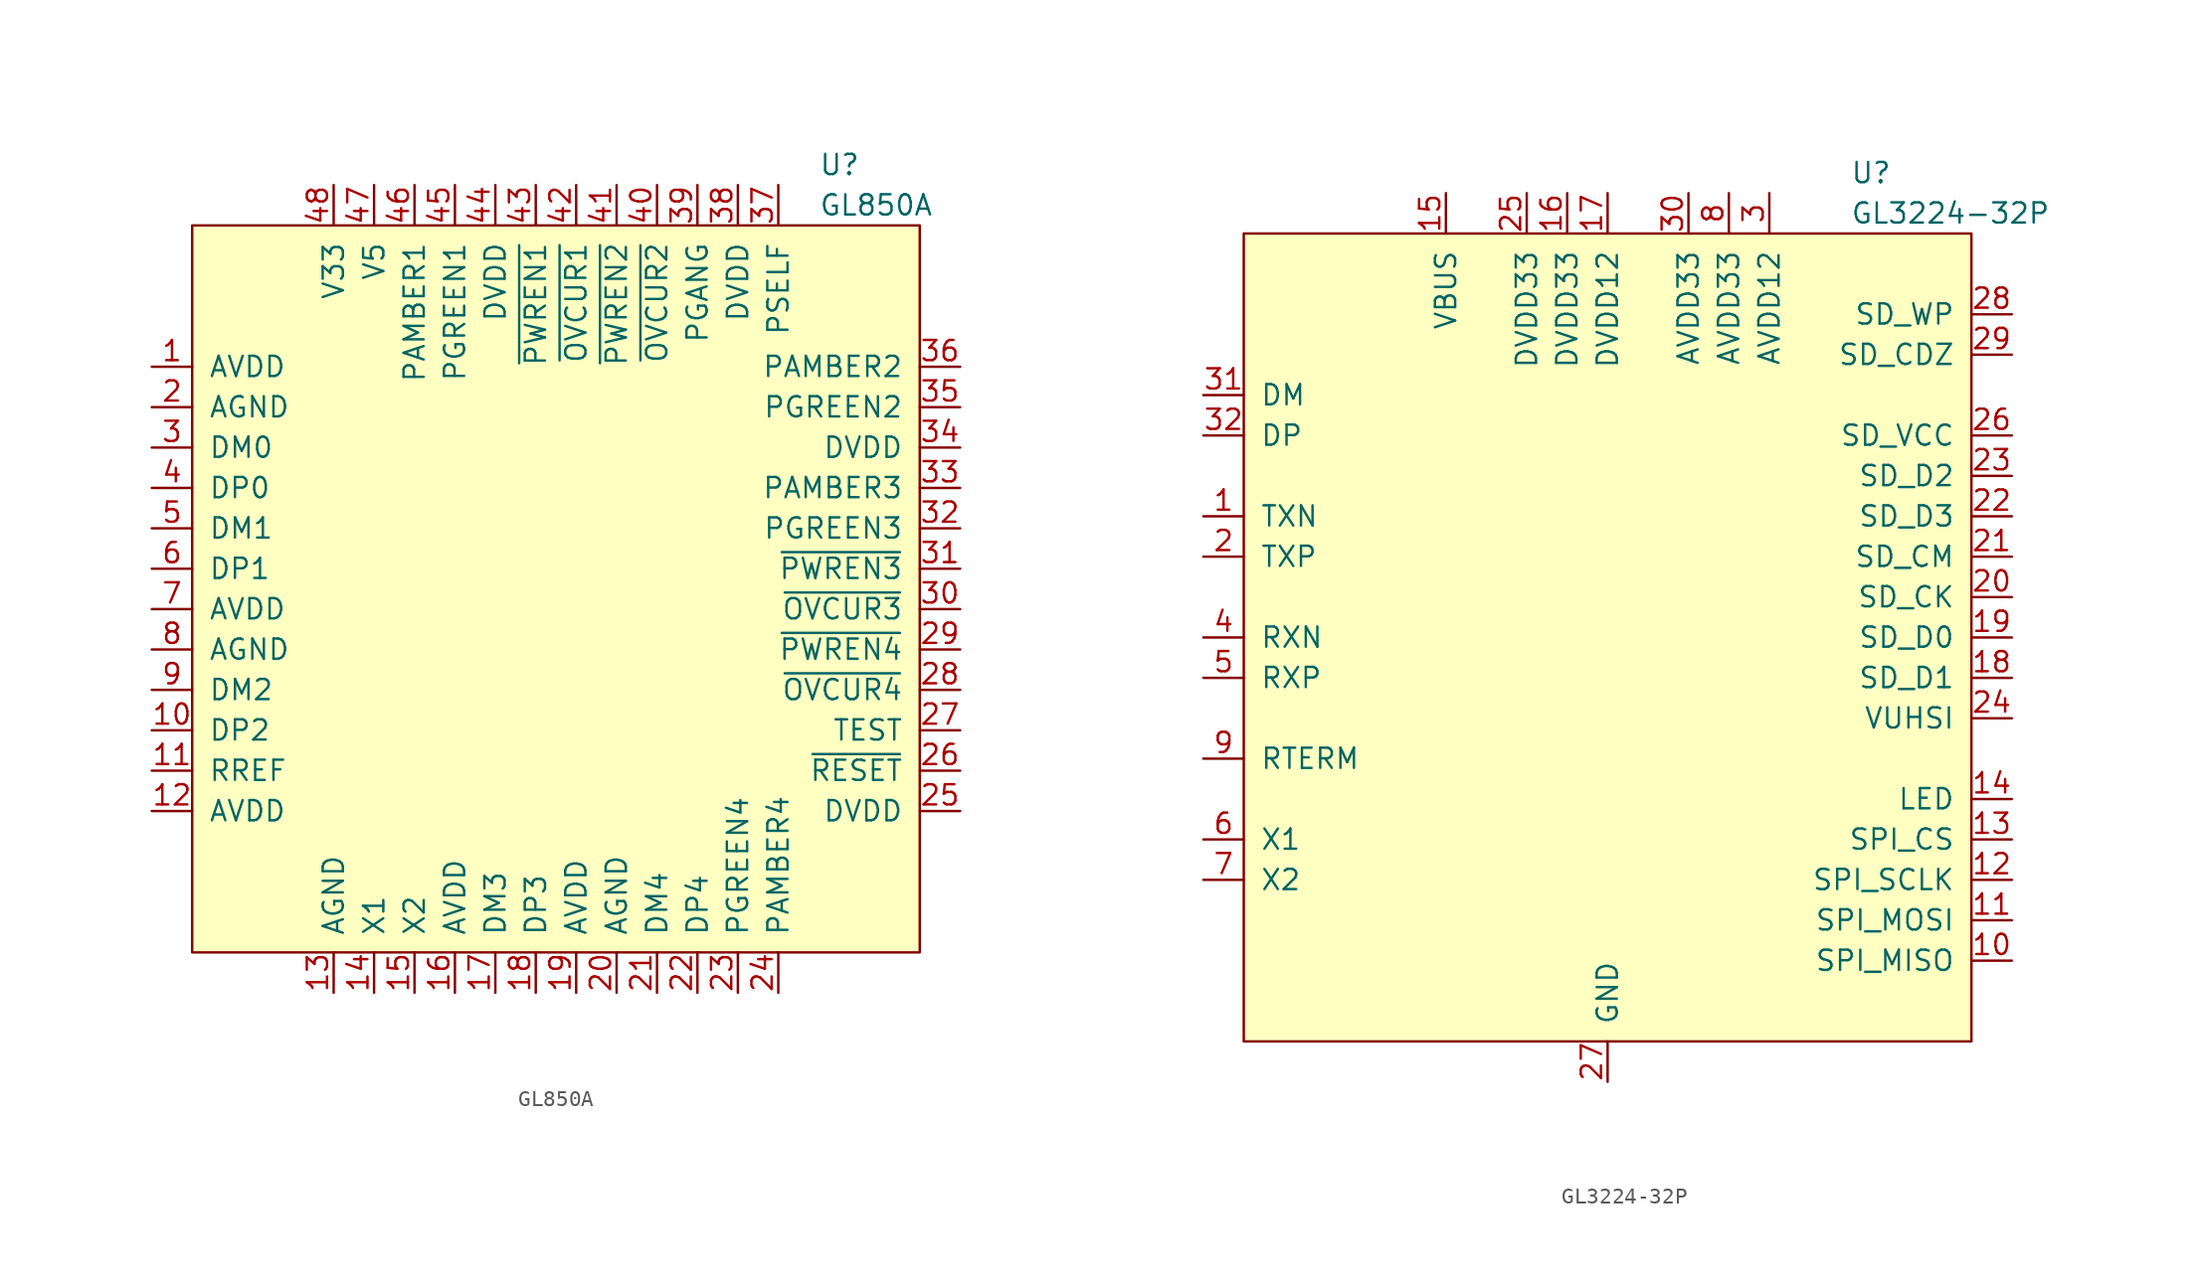
<source format=kicad_sym>
(kicad_symbol_lib
  (version 20241209)
  (generator "kicad_symbol_editor")
  (generator_version "9.0")
  (symbol "GL850A"
    (pin_names
      (offset 1.016))
    (property "Reference" "U"
      (at 16.51 26.67 0)
      (effects (font (size 1.27 1.27)) (justify left)))
    (property "Value" "GL850A"
      (at 16.51 24.13 0)
      (effects (font (size 1.27 1.27)) (justify left)))
    (symbol "GL850A_0_1"
      (rectangle (start -22.86 22.86) (end 22.86 -22.86) (stroke (width 0) (type default)) (fill (type background))))
    (symbol "GL850A_1_1"
      (pin power_in line (at -25.4 13.97 0) (length 2.54) (name "AVDD" (effects (font (size 1.27 1.27)))) (number "1" (effects (font (size 1.27 1.27)))))
      (pin power_in line (at -25.4 11.43 0) (length 2.54) (name "AGND" (effects (font (size 1.27 1.27)))) (number "2" (effects (font (size 1.27 1.27)))))
      (pin output line (at -25.4 8.89 0) (length 2.54) (name "DM0" (effects (font (size 1.27 1.27)))) (number "3" (effects (font (size 1.27 1.27)))))
      (pin output line (at -25.4 6.35 0) (length 2.54) (name "DP0" (effects (font (size 1.27 1.27)))) (number "4" (effects (font (size 1.27 1.27)))))
      (pin output line (at -25.4 3.81 0) (length 2.54) (name "DM1" (effects (font (size 1.27 1.27)))) (number "5" (effects (font (size 1.27 1.27)))))
      (pin output line (at -25.4 1.27 0) (length 2.54) (name "DP1" (effects (font (size 1.27 1.27)))) (number "6" (effects (font (size 1.27 1.27)))))
      (pin power_in line (at -25.4 -1.27 0) (length 2.54) (name "AVDD" (effects (font (size 1.27 1.27)))) (number "7" (effects (font (size 1.27 1.27)))))
      (pin power_in line (at -25.4 -3.81 0) (length 2.54) (name "AGND" (effects (font (size 1.27 1.27)))) (number "8" (effects (font (size 1.27 1.27)))))
      (pin output line (at -25.4 -6.35 0) (length 2.54) (name "DM2" (effects (font (size 1.27 1.27)))) (number "9" (effects (font (size 1.27 1.27)))))
      (pin output line (at -25.4 -8.89 0) (length 2.54) (name "DP2" (effects (font (size 1.27 1.27)))) (number "10" (effects (font (size 1.27 1.27)))))
      (pin input line (at -25.4 -11.43 0) (length 2.54) (name "RREF" (effects (font (size 1.27 1.27)))) (number "11" (effects (font (size 1.27 1.27)))))
      (pin power_in line (at -25.4 -13.97 0) (length 2.54) (name "AVDD" (effects (font (size 1.27 1.27)))) (number "12" (effects (font (size 1.27 1.27)))))
      (pin power_in line (at -13.97 25.4 270) (length 2.54) (name "V33" (effects (font (size 1.27 1.27)))) (number "48" (effects (font (size 1.27 1.27)))))
      (pin power_in line (at -13.97 -25.4 90) (length 2.54) (name "AGND" (effects (font (size 1.27 1.27)))) (number "13" (effects (font (size 1.27 1.27)))))
      (pin power_in line (at -11.43 25.4 270) (length 2.54) (name "V5" (effects (font (size 1.27 1.27)))) (number "47" (effects (font (size 1.27 1.27)))))
      (pin input line (at -11.43 -25.4 90) (length 2.54) (name "X1" (effects (font (size 1.27 1.27)))) (number "14" (effects (font (size 1.27 1.27)))))
      (pin output line (at -8.89 25.4 270) (length 2.54) (name "PAMBER1" (effects (font (size 1.27 1.27)))) (number "46" (effects (font (size 1.27 1.27)))))
      (pin input line (at -8.89 -25.4 90) (length 2.54) (name "X2" (effects (font (size 1.27 1.27)))) (number "15" (effects (font (size 1.27 1.27)))))
      (pin output line (at -6.35 25.4 270) (length 2.54) (name "PGREEN1" (effects (font (size 1.27 1.27)))) (number "45" (effects (font (size 1.27 1.27)))))
      (pin power_in line (at -6.35 -25.4 90) (length 2.54) (name "AVDD" (effects (font (size 1.27 1.27)))) (number "16" (effects (font (size 1.27 1.27)))))
      (pin power_in line (at -3.81 25.4 270) (length 2.54) (name "DVDD" (effects (font (size 1.27 1.27)))) (number "44" (effects (font (size 1.27 1.27)))))
      (pin output line (at -3.81 -25.4 90) (length 2.54) (name "DM3" (effects (font (size 1.27 1.27)))) (number "17" (effects (font (size 1.27 1.27)))))
      (pin input line (at -1.27 25.4 270) (length 2.54) (name "~{PWREN1}" (effects (font (size 1.27 1.27)))) (number "43" (effects (font (size 1.27 1.27)))))
      (pin output line (at -1.27 -25.4 90) (length 2.54) (name "DP3" (effects (font (size 1.27 1.27)))) (number "18" (effects (font (size 1.27 1.27)))))
      (pin input line (at 1.27 25.4 270) (length 2.54) (name "~{OVCUR1}" (effects (font (size 1.27 1.27)))) (number "42" (effects (font (size 1.27 1.27)))))
      (pin power_in line (at 1.27 -25.4 90) (length 2.54) (name "AVDD" (effects (font (size 1.27 1.27)))) (number "19" (effects (font (size 1.27 1.27)))))
      (pin input line (at 3.81 25.4 270) (length 2.54) (name "~{PWREN2}" (effects (font (size 1.27 1.27)))) (number "41" (effects (font (size 1.27 1.27)))))
      (pin power_in line (at 3.81 -25.4 90) (length 2.54) (name "AGND" (effects (font (size 1.27 1.27)))) (number "20" (effects (font (size 1.27 1.27)))))
      (pin input line (at 6.35 25.4 270) (length 2.54) (name "~{OVCUR2}" (effects (font (size 1.27 1.27)))) (number "40" (effects (font (size 1.27 1.27)))))
      (pin output line (at 6.35 -25.4 90) (length 2.54) (name "DM4" (effects (font (size 1.27 1.27)))) (number "21" (effects (font (size 1.27 1.27)))))
      (pin input line (at 8.89 25.4 270) (length 2.54) (name "PGANG" (effects (font (size 1.27 1.27)))) (number "39" (effects (font (size 1.27 1.27)))))
      (pin output line (at 8.89 -25.4 90) (length 2.54) (name "DP4" (effects (font (size 1.27 1.27)))) (number "22" (effects (font (size 1.27 1.27)))))
      (pin power_in line (at 11.43 25.4 270) (length 2.54) (name "DVDD" (effects (font (size 1.27 1.27)))) (number "38" (effects (font (size 1.27 1.27)))))
      (pin output line (at 11.43 -25.4 90) (length 2.54) (name "PGREEN4" (effects (font (size 1.27 1.27)))) (number "23" (effects (font (size 1.27 1.27)))))
      (pin input line (at 13.97 25.4 270) (length 2.54) (name "PSELF" (effects (font (size 1.27 1.27)))) (number "37" (effects (font (size 1.27 1.27)))))
      (pin output line (at 13.97 -25.4 90) (length 2.54) (name "PAMBER4" (effects (font (size 1.27 1.27)))) (number "24" (effects (font (size 1.27 1.27)))))
      (pin output line (at 25.4 13.97 180) (length 2.54) (name "PAMBER2" (effects (font (size 1.27 1.27)))) (number "36" (effects (font (size 1.27 1.27)))))
      (pin output line (at 25.4 11.43 180) (length 2.54) (name "PGREEN2" (effects (font (size 1.27 1.27)))) (number "35" (effects (font (size 1.27 1.27)))))
      (pin power_in line (at 25.4 8.89 180) (length 2.54) (name "DVDD" (effects (font (size 1.27 1.27)))) (number "34" (effects (font (size 1.27 1.27)))))
      (pin output line (at 25.4 6.35 180) (length 2.54) (name "PAMBER3" (effects (font (size 1.27 1.27)))) (number "33" (effects (font (size 1.27 1.27)))))
      (pin output line (at 25.4 3.81 180) (length 2.54) (name "PGREEN3" (effects (font (size 1.27 1.27)))) (number "32" (effects (font (size 1.27 1.27)))))
      (pin input line (at 25.4 1.27 180) (length 2.54) (name "~{PWREN3}" (effects (font (size 1.27 1.27)))) (number "31" (effects (font (size 1.27 1.27)))))
      (pin input line (at 25.4 -1.27 180) (length 2.54) (name "~{OVCUR3}" (effects (font (size 1.27 1.27)))) (number "30" (effects (font (size 1.27 1.27)))))
      (pin input line (at 25.4 -3.81 180) (length 2.54) (name "~{PWREN4}" (effects (font (size 1.27 1.27)))) (number "29" (effects (font (size 1.27 1.27)))))
      (pin input line (at 25.4 -6.35 180) (length 2.54) (name "~{OVCUR4}" (effects (font (size 1.27 1.27)))) (number "28" (effects (font (size 1.27 1.27)))))
      (pin input line (at 25.4 -8.89 180) (length 2.54) (name "TEST" (effects (font (size 1.27 1.27)))) (number "27" (effects (font (size 1.27 1.27)))))
      (pin input line (at 25.4 -11.43 180) (length 2.54) (name "~{RESET}" (effects (font (size 1.27 1.27)))) (number "26" (effects (font (size 1.27 1.27)))))
      (pin power_in line (at 25.4 -13.97 180) (length 2.54) (name "DVDD" (effects (font (size 1.27 1.27)))) (number "25" (effects (font (size 1.27 1.27)))))))
  (symbol "GL3224-32P"
    (pin_names
      (offset 1.016))
    (property "Reference" "U"
      (at 15.24 29.21 0)
      (effects (font (size 1.27 1.27)) (justify left)))
    (property "Value" "GL3224-32P"
      (at 15.24 26.67 0)
      (effects (font (size 1.27 1.27)) (justify left)))
    (symbol "GL3224-32P_0_1"
      (rectangle (start -22.86 25.4) (end 22.86 -25.4) (stroke (width 0) (type default)) (fill (type background))))
    (symbol "GL3224-32P_1_0"
      (pin power_in line (at 0 -27.94 90) (length 2.54) (hide yes) (name "GND" (effects (font (size 1.27 1.27)))) (number "33" (effects (font (size 1.27 1.27))))))
    (symbol "GL3224-32P_1_1"
      (pin bidirectional line (at -25.4 15.24 0) (length 2.54) (name "DM" (effects (font (size 1.27 1.27)))) (number "31" (effects (font (size 1.27 1.27)))))
      (pin bidirectional line (at -25.4 12.7 0) (length 2.54) (name "DP" (effects (font (size 1.27 1.27)))) (number "32" (effects (font (size 1.27 1.27)))))
      (pin bidirectional line (at -25.4 7.62 0) (length 2.54) (name "TXN" (effects (font (size 1.27 1.27)))) (number "1" (effects (font (size 1.27 1.27)))))
      (pin bidirectional line (at -25.4 5.08 0) (length 2.54) (name "TXP" (effects (font (size 1.27 1.27)))) (number "2" (effects (font (size 1.27 1.27)))))
      (pin bidirectional line (at -25.4 0 0) (length 2.54) (name "RXN" (effects (font (size 1.27 1.27)))) (number "4" (effects (font (size 1.27 1.27)))))
      (pin bidirectional line (at -25.4 -2.54 0) (length 2.54) (name "RXP" (effects (font (size 1.27 1.27)))) (number "5" (effects (font (size 1.27 1.27)))))
      (pin input line (at -25.4 -7.62 0) (length 2.54) (name "RTERM" (effects (font (size 1.27 1.27)))) (number "9" (effects (font (size 1.27 1.27)))))
      (pin input line (at -25.4 -12.7 0) (length 2.54) (name "X1" (effects (font (size 1.27 1.27)))) (number "6" (effects (font (size 1.27 1.27)))))
      (pin output line (at -25.4 -15.24 0) (length 2.54) (name "X2" (effects (font (size 1.27 1.27)))) (number "7" (effects (font (size 1.27 1.27)))))
      (pin power_in line (at -10.16 27.94 270) (length 2.54) (name "VBUS" (effects (font (size 1.27 1.27)))) (number "15" (effects (font (size 1.27 1.27)))))
      (pin power_in line (at -5.08 27.94 270) (length 2.54) (name "DVDD33" (effects (font (size 1.27 1.27)))) (number "25" (effects (font (size 1.27 1.27)))))
      (pin power_in line (at -2.54 27.94 270) (length 2.54) (name "DVDD33" (effects (font (size 1.27 1.27)))) (number "16" (effects (font (size 1.27 1.27)))))
      (pin power_in line (at 0 27.94 270) (length 2.54) (name "DVDD12" (effects (font (size 1.27 1.27)))) (number "17" (effects (font (size 1.27 1.27)))))
      (pin power_in line (at 0 -27.94 90) (length 2.54) (name "GND" (effects (font (size 1.27 1.27)))) (number "27" (effects (font (size 1.27 1.27)))))
      (pin power_in line (at 5.08 27.94 270) (length 2.54) (name "AVDD33" (effects (font (size 1.27 1.27)))) (number "30" (effects (font (size 1.27 1.27)))))
      (pin power_in line (at 7.62 27.94 270) (length 2.54) (name "AVDD33" (effects (font (size 1.27 1.27)))) (number "8" (effects (font (size 1.27 1.27)))))
      (pin power_in line (at 10.16 27.94 270) (length 2.54) (name "AVDD12" (effects (font (size 1.27 1.27)))) (number "3" (effects (font (size 1.27 1.27)))))
      (pin input line (at 25.4 20.32 180) (length 2.54) (name "SD_WP" (effects (font (size 1.27 1.27)))) (number "28" (effects (font (size 1.27 1.27)))))
      (pin input line (at 25.4 17.78 180) (length 2.54) (name "SD_CDZ" (effects (font (size 1.27 1.27)))) (number "29" (effects (font (size 1.27 1.27)))))
      (pin power_out line (at 25.4 12.7 180) (length 2.54) (name "SD_VCC" (effects (font (size 1.27 1.27)))) (number "26" (effects (font (size 1.27 1.27)))))
      (pin bidirectional line (at 25.4 10.16 180) (length 2.54) (name "SD_D2" (effects (font (size 1.27 1.27)))) (number "23" (effects (font (size 1.27 1.27)))))
      (pin bidirectional line (at 25.4 7.62 180) (length 2.54) (name "SD_D3" (effects (font (size 1.27 1.27)))) (number "22" (effects (font (size 1.27 1.27)))))
      (pin bidirectional line (at 25.4 5.08 180) (length 2.54) (name "SD_CM" (effects (font (size 1.27 1.27)))) (number "21" (effects (font (size 1.27 1.27)))))
      (pin bidirectional line (at 25.4 2.54 180) (length 2.54) (name "SD_CK" (effects (font (size 1.27 1.27)))) (number "20" (effects (font (size 1.27 1.27)))))
      (pin bidirectional line (at 25.4 0 180) (length 2.54) (name "SD_D0" (effects (font (size 1.27 1.27)))) (number "19" (effects (font (size 1.27 1.27)))))
      (pin bidirectional line (at 25.4 -2.54 180) (length 2.54) (name "SD_D1" (effects (font (size 1.27 1.27)))) (number "18" (effects (font (size 1.27 1.27)))))
      (pin power_out line (at 25.4 -5.08 180) (length 2.54) (name "VUHSI" (effects (font (size 1.27 1.27)))) (number "24" (effects (font (size 1.27 1.27)))))
      (pin output line (at 25.4 -10.16 180) (length 2.54) (name "LED" (effects (font (size 1.27 1.27)))) (number "14" (effects (font (size 1.27 1.27)))))
      (pin output line (at 25.4 -12.7 180) (length 2.54) (name "SPI_CS" (effects (font (size 1.27 1.27)))) (number "13" (effects (font (size 1.27 1.27)))))
      (pin output line (at 25.4 -15.24 180) (length 2.54) (name "SPI_SCLK" (effects (font (size 1.27 1.27)))) (number "12" (effects (font (size 1.27 1.27)))))
      (pin output line (at 25.4 -17.78 180) (length 2.54) (name "SPI_MOSI" (effects (font (size 1.27 1.27)))) (number "11" (effects (font (size 1.27 1.27)))))
      (pin input line (at 25.4 -20.32 180) (length 2.54) (name "SPI_MISO" (effects (font (size 1.27 1.27)))) (number "10" (effects (font (size 1.27 1.27))))))))
</source>
